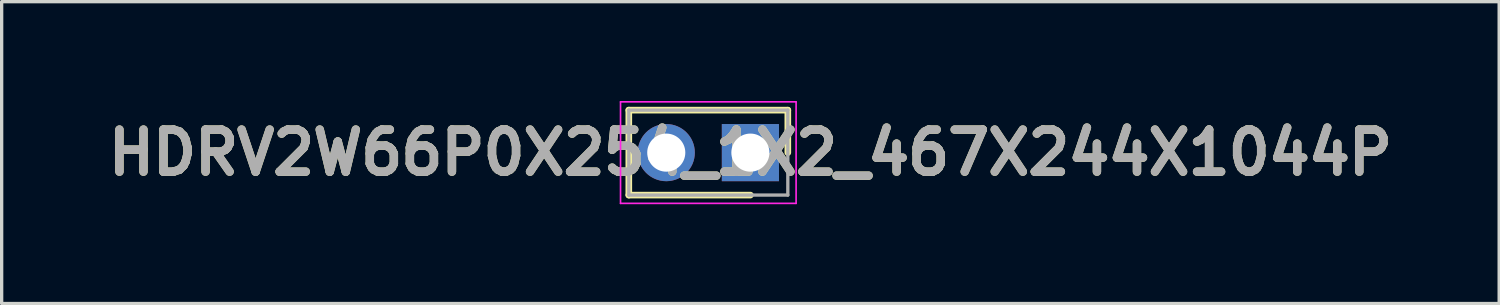
<source format=kicad_pcb>
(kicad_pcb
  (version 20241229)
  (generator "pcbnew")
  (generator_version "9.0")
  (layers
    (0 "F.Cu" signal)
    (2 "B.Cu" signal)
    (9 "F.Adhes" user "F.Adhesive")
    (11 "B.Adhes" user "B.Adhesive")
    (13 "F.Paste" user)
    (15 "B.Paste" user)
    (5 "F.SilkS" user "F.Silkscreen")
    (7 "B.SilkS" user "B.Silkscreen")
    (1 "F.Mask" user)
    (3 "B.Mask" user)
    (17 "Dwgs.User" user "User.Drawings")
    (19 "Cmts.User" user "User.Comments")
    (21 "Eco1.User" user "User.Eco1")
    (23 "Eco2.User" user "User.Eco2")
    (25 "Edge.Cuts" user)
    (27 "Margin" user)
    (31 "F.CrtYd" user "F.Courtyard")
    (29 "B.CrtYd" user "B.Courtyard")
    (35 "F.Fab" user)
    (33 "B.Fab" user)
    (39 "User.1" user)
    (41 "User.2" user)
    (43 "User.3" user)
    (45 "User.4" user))
  (footprint "HDRV2W66P0X254_1X2_467X244X1044P"
    (layer "F.Cu")
    (at 19.606 1.558)
    (property "Reference" "HDRV2W66P0X254_1X2_467X244X1044P" (at 0 0 0) (layer "F.SilkS") (effects (font (size 1.27 1.27) (thickness 0.254))))
    (attr through_hole)
    (fp_line (start -3.671 -1.283) (end 1.13 -1.283) (stroke (width 0.2) (type solid)) (layer "F.SilkS"))
    (fp_line (start -3.671 1.282) (end -3.671 -1.283) (stroke (width 0.2) (type solid)) (layer "F.SilkS"))
    (fp_line (start 0 1.282) (end -3.671 1.282) (stroke (width 0.2) (type solid)) (layer "F.SilkS"))
    (fp_line (start 1.13 -1.283) (end 1.13 0) (stroke (width 0.2) (type solid)) (layer "F.SilkS"))
    (fp_line (start -3.921 -1.533) (end 1.38 -1.533) (stroke (width 0.05) (type solid)) (layer "F.CrtYd"))
    (fp_line (start -3.921 1.532) (end -3.921 -1.533) (stroke (width 0.05) (type solid)) (layer "F.CrtYd"))
    (fp_line (start 1.38 -1.533) (end 1.38 1.532) (stroke (width 0.05) (type solid)) (layer "F.CrtYd"))
    (fp_line (start 1.38 1.532) (end -3.921 1.532) (stroke (width 0.05) (type solid)) (layer "F.CrtYd"))
    (fp_line (start -3.671 -1.283) (end 1.13 -1.283) (stroke (width 0.1) (type solid)) (layer "F.Fab"))
    (fp_line (start -3.671 1.282) (end -3.671 -1.283) (stroke (width 0.1) (type solid)) (layer "F.Fab"))
    (fp_line (start 1.13 -1.283) (end 1.13 1.282) (stroke (width 0.1) (type solid)) (layer "F.Fab"))
    (fp_line (start 1.13 1.282) (end -3.671 1.282) (stroke (width 0.1) (type solid)) (layer "F.Fab"))
    (fp_text user "${REFERENCE}" (at 0 0 0) (layer "F.Fab") (effects (font (size 1.27 1.27) (thickness 0.254))))
    (pad "1" thru_hole rect (at 0 0) (size 1.725 1.725) (drill 1.15) (layers "*.Cu" "*.Mask"))
    (pad "2" thru_hole circle (at -2.54 0) (size 1.725 1.725) (drill 1.15) (layers "*.Cu" "*.Mask")))
  (gr_rect
    (start -3 -3)
    (end 42.213 6.115)
    (stroke (width 0.1) (type default))
    (fill no)
    (layer "Edge.Cuts")))
</source>
